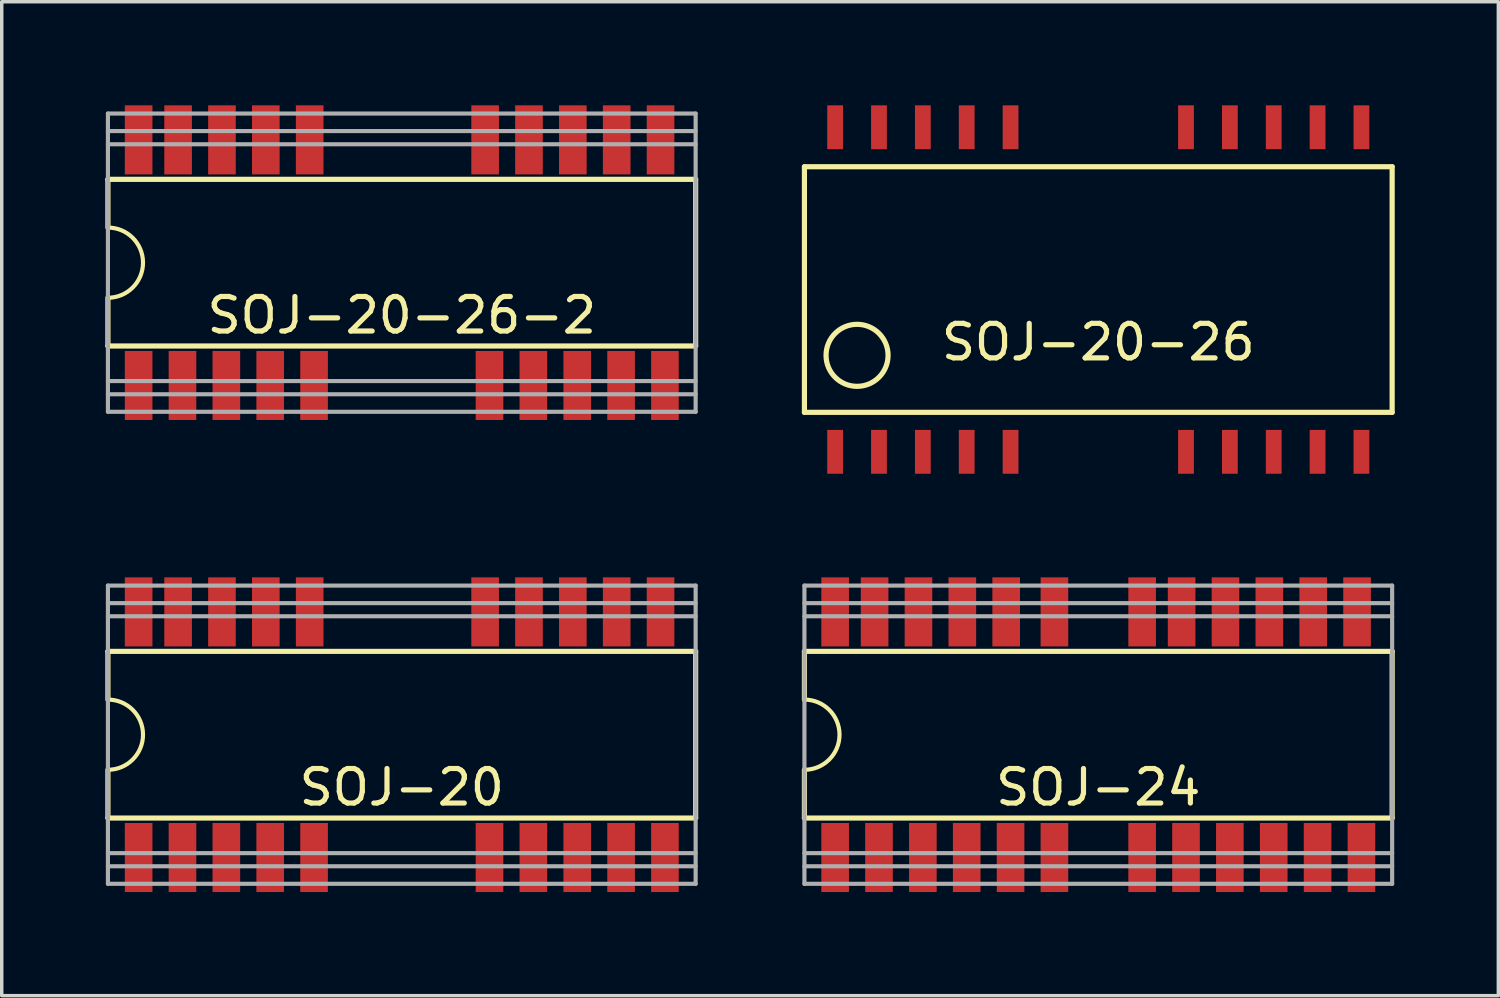
<source format=kicad_pcb>
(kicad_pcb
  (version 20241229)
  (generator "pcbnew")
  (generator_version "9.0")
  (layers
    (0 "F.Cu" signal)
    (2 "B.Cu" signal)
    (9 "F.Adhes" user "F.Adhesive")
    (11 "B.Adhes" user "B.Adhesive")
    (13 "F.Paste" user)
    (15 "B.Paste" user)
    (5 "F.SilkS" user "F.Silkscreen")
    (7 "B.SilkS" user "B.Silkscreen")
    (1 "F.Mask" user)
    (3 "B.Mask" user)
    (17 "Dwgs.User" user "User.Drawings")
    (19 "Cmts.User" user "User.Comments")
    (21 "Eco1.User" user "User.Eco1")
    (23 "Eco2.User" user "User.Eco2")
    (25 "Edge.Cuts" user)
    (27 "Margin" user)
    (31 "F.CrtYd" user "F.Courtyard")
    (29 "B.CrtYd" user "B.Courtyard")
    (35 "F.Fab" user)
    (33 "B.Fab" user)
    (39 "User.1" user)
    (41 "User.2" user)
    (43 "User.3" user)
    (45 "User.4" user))
  (footprint "SOJ-20-26"
    (layer "F.Cu")
    (at 28.752 5.334)
    (property "Reference" "SOJ-20-26" (at 0 1.524 0) (layer "F.SilkS") (effects (font (size 1 1) (thickness 0.15))))
    (attr smd)
    (fp_line (start -8.509 -3.556) (end 8.509 -3.556) (stroke (width 0.15) (type solid)) (layer "F.SilkS"))
    (fp_line (start -8.509 3.556) (end -8.509 -3.556) (stroke (width 0.15) (type solid)) (layer "F.SilkS"))
    (fp_line (start 8.509 -3.556) (end 8.509 3.556) (stroke (width 0.15) (type solid)) (layer "F.SilkS"))
    (fp_line (start 8.509 3.556) (end -8.509 3.556) (stroke (width 0.15) (type solid)) (layer "F.SilkS"))
    (fp_circle (center -6.985 1.905) (end -7.62 1.27) (stroke (width 0.15) (type solid)) (fill no) (layer "F.SilkS"))
    (pad "1" smd rect (at -7.62 4.699) (size 0.457 1.27) (layers "F.Cu" "F.Mask" "F.Paste"))
    (pad "2" smd rect (at -6.35 4.699) (size 0.457 1.27) (layers "F.Cu" "F.Mask" "F.Paste"))
    (pad "3" smd rect (at -5.08 4.699) (size 0.457 1.27) (layers "F.Cu" "F.Mask" "F.Paste"))
    (pad "4" smd rect (at -3.81 4.699) (size 0.457 1.27) (layers "F.Cu" "F.Mask" "F.Paste"))
    (pad "5" smd rect (at -2.54 4.699) (size 0.457 1.27) (layers "F.Cu" "F.Mask" "F.Paste"))
    (pad "6" smd rect (at 2.54 4.699) (size 0.457 1.27) (layers "F.Cu" "F.Mask" "F.Paste"))
    (pad "7" smd rect (at 3.81 4.699) (size 0.457 1.27) (layers "F.Cu" "F.Mask" "F.Paste"))
    (pad "8" smd rect (at 5.08 4.699) (size 0.457 1.27) (layers "F.Cu" "F.Mask" "F.Paste"))
    (pad "9" smd rect (at 6.35 4.699) (size 0.457 1.27) (layers "F.Cu" "F.Mask" "F.Paste"))
    (pad "10" smd rect (at 7.62 4.699) (size 0.457 1.27) (layers "F.Cu" "F.Mask" "F.Paste"))
    (pad "11" smd rect (at 7.62 -4.699) (size 0.457 1.27) (layers "F.Cu" "F.Mask" "F.Paste"))
    (pad "12" smd rect (at 6.35 -4.699) (size 0.457 1.27) (layers "F.Cu" "F.Mask" "F.Paste"))
    (pad "13" smd rect (at 5.08 -4.699) (size 0.457 1.27) (layers "F.Cu" "F.Mask" "F.Paste"))
    (pad "14" smd rect (at 3.81 -4.699) (size 0.457 1.27) (layers "F.Cu" "F.Mask" "F.Paste"))
    (pad "15" smd rect (at 2.54 -4.699) (size 0.457 1.27) (layers "F.Cu" "F.Mask" "F.Paste"))
    (pad "16" smd rect (at -2.54 -4.699) (size 0.457 1.27) (layers "F.Cu" "F.Mask" "F.Paste"))
    (pad "17" smd rect (at -3.81 -4.699) (size 0.457 1.27) (layers "F.Cu" "F.Mask" "F.Paste"))
    (pad "18" smd rect (at -5.08 -4.699) (size 0.457 1.27) (layers "F.Cu" "F.Mask" "F.Paste"))
    (pad "19" smd rect (at -6.35 -4.699) (size 0.457 1.27) (layers "F.Cu" "F.Mask" "F.Paste"))
    (pad "20" smd rect (at -7.62 -4.699) (size 0.457 1.27) (layers "F.Cu" "F.Mask" "F.Paste")))
  (footprint "SOJ-20"
    (layer "F.Cu")
    (at 8.584 18.224)
    (property "Reference" "SOJ-20" (at 0 1.524 0) (layer "F.SilkS") (effects (font (size 1 1) (thickness 0.15))))
    (attr smd)
    (fp_line (start -8.509 -2.413) (end 8.509 -2.413) (stroke (width 0.15) (type solid)) (layer "F.SilkS"))
    (fp_line (start -8.509 -1.016) (end -8.509 -2.413) (stroke (width 0.15) (type solid)) (layer "F.SilkS"))
    (fp_line (start -8.509 2.413) (end -8.509 1.016) (stroke (width 0.15) (type solid)) (layer "F.SilkS"))
    (fp_line (start 8.509 -2.413) (end 8.509 2.413) (stroke (width 0.15) (type solid)) (layer "F.SilkS"))
    (fp_line (start 8.509 2.413) (end -8.509 2.413) (stroke (width 0.15) (type solid)) (layer "F.SilkS"))
    (fp_arc (start -8.509 -1.016) (mid -7.493 0) (end -8.509 1.016) (stroke (width 0.12) (type solid)) (layer "F.SilkS"))
    (fp_line (start -8.509 -3.429) (end 8.509 -3.429) (stroke (width 0.12) (type solid)) (layer "F.Fab"))
    (fp_line (start -8.509 3.429) (end 8.509 3.429) (stroke (width 0.12) (type solid)) (layer "F.Fab"))
    (fp_line (start -8.509 4.318) (end -8.509 -4.318) (stroke (width 0.12) (type solid)) (layer "F.Fab"))
    (fp_line (start 8.509 -4.318) (end -8.509 -4.318) (stroke (width 0.12) (type solid)) (layer "F.Fab"))
    (fp_line (start 8.509 -3.81) (end -8.509 -3.81) (stroke (width 0.12) (type solid)) (layer "F.Fab"))
    (fp_line (start 8.509 3.81) (end -8.509 3.81) (stroke (width 0.12) (type solid)) (layer "F.Fab"))
    (fp_line (start 8.509 4.318) (end -8.509 4.318) (stroke (width 0.12) (type solid)) (layer "F.Fab"))
    (fp_line (start 8.509 4.318) (end 8.509 -4.318) (stroke (width 0.12) (type solid)) (layer "F.Fab"))
    (pad "1" smd rect (at -7.62 3.556) (size 0.8 2) (layers "F.Cu" "F.Mask" "F.Paste"))
    (pad "2" smd rect (at -6.35 3.556) (size 0.8 2) (layers "F.Cu" "F.Mask" "F.Paste"))
    (pad "3" smd rect (at -5.08 3.556) (size 0.8 2) (layers "F.Cu" "F.Mask" "F.Paste"))
    (pad "4" smd rect (at -3.81 3.556) (size 0.8 2) (layers "F.Cu" "F.Mask" "F.Paste"))
    (pad "5" smd rect (at -2.54 3.556) (size 0.8 2) (layers "F.Cu" "F.Mask" "F.Paste"))
    (pad "9" smd rect (at 2.54 3.556) (size 0.8 2) (layers "F.Cu" "F.Mask" "F.Paste"))
    (pad "10" smd rect (at 3.81 3.556) (size 0.8 2) (layers "F.Cu" "F.Mask" "F.Paste"))
    (pad "11" smd rect (at 5.08 3.556) (size 0.8 2) (layers "F.Cu" "F.Mask" "F.Paste"))
    (pad "12" smd rect (at 6.35 3.556) (size 0.8 2) (layers "F.Cu" "F.Mask" "F.Paste"))
    (pad "13" smd rect (at 7.62 3.556) (size 0.8 2) (layers "F.Cu" "F.Mask" "F.Paste"))
    (pad "14" smd rect (at 7.493 -3.556) (size 0.8 2) (layers "F.Cu" "F.Mask" "F.Paste"))
    (pad "15" smd rect (at 6.223 -3.556) (size 0.8 2) (layers "F.Cu" "F.Mask" "F.Paste"))
    (pad "16" smd rect (at 4.953 -3.556) (size 0.8 2) (layers "F.Cu" "F.Mask" "F.Paste"))
    (pad "17" smd rect (at 3.683 -3.556) (size 0.8 2) (layers "F.Cu" "F.Mask" "F.Paste"))
    (pad "18" smd rect (at 2.413 -3.556) (size 0.8 2) (layers "F.Cu" "F.Mask" "F.Paste"))
    (pad "22" smd rect (at -2.667 -3.556) (size 0.8 2) (layers "F.Cu" "F.Mask" "F.Paste"))
    (pad "23" smd rect (at -3.937 -3.556) (size 0.8 2) (layers "F.Cu" "F.Mask" "F.Paste"))
    (pad "24" smd rect (at -5.207 -3.556) (size 0.8 2) (layers "F.Cu" "F.Mask" "F.Paste"))
    (pad "25" smd rect (at -6.477 -3.556) (size 0.8 2) (layers "F.Cu" "F.Mask" "F.Paste"))
    (pad "26" smd rect (at -7.62 -3.556) (size 0.8 2) (layers "F.Cu" "F.Mask" "F.Paste")))
  (footprint "SOJ-20-26-2"
    (layer "F.Cu")
    (at 8.584 4.556)
    (property "Reference" "SOJ-20-26-2" (at 0 1.524 0) (layer "F.SilkS") (effects (font (size 1 1) (thickness 0.15))))
    (attr smd)
    (fp_line (start -8.509 -2.413) (end 8.509 -2.413) (stroke (width 0.15) (type solid)) (layer "F.SilkS"))
    (fp_line (start -8.509 -1.016) (end -8.509 -2.413) (stroke (width 0.15) (type solid)) (layer "F.SilkS"))
    (fp_line (start -8.509 2.413) (end -8.509 1.016) (stroke (width 0.15) (type solid)) (layer "F.SilkS"))
    (fp_line (start 8.509 -2.413) (end 8.509 2.413) (stroke (width 0.15) (type solid)) (layer "F.SilkS"))
    (fp_line (start 8.509 2.413) (end -8.509 2.413) (stroke (width 0.15) (type solid)) (layer "F.SilkS"))
    (fp_arc (start -8.509 -1.016) (mid -7.493 0) (end -8.509 1.016) (stroke (width 0.12) (type solid)) (layer "F.SilkS"))
    (fp_line (start -8.509 -3.429) (end 8.509 -3.429) (stroke (width 0.12) (type solid)) (layer "F.Fab"))
    (fp_line (start -8.509 3.429) (end 8.509 3.429) (stroke (width 0.12) (type solid)) (layer "F.Fab"))
    (fp_line (start -8.509 4.318) (end -8.509 -4.318) (stroke (width 0.12) (type solid)) (layer "F.Fab"))
    (fp_line (start 8.509 -4.318) (end -8.509 -4.318) (stroke (width 0.12) (type solid)) (layer "F.Fab"))
    (fp_line (start 8.509 -3.81) (end -8.509 -3.81) (stroke (width 0.12) (type solid)) (layer "F.Fab"))
    (fp_line (start 8.509 3.81) (end -8.509 3.81) (stroke (width 0.12) (type solid)) (layer "F.Fab"))
    (fp_line (start 8.509 4.318) (end -8.509 4.318) (stroke (width 0.12) (type solid)) (layer "F.Fab"))
    (fp_line (start 8.509 4.318) (end 8.509 -4.318) (stroke (width 0.12) (type solid)) (layer "F.Fab"))
    (pad "1" smd rect (at -7.62 3.556) (size 0.8 2) (layers "F.Cu" "F.Mask" "F.Paste"))
    (pad "2" smd rect (at -6.35 3.556) (size 0.8 2) (layers "F.Cu" "F.Mask" "F.Paste"))
    (pad "3" smd rect (at -5.08 3.556) (size 0.8 2) (layers "F.Cu" "F.Mask" "F.Paste"))
    (pad "4" smd rect (at -3.81 3.556) (size 0.8 2) (layers "F.Cu" "F.Mask" "F.Paste"))
    (pad "5" smd rect (at -2.54 3.556) (size 0.8 2) (layers "F.Cu" "F.Mask" "F.Paste"))
    (pad "6" smd rect (at 2.54 3.556) (size 0.8 2) (layers "F.Cu" "F.Mask" "F.Paste"))
    (pad "7" smd rect (at 3.81 3.556) (size 0.8 2) (layers "F.Cu" "F.Mask" "F.Paste"))
    (pad "8" smd rect (at 5.08 3.556) (size 0.8 2) (layers "F.Cu" "F.Mask" "F.Paste"))
    (pad "9" smd rect (at 6.35 3.556) (size 0.8 2) (layers "F.Cu" "F.Mask" "F.Paste"))
    (pad "10" smd rect (at 7.62 3.556) (size 0.8 2) (layers "F.Cu" "F.Mask" "F.Paste"))
    (pad "11" smd rect (at 7.493 -3.556) (size 0.8 2) (layers "F.Cu" "F.Mask" "F.Paste"))
    (pad "12" smd rect (at 6.223 -3.556) (size 0.8 2) (layers "F.Cu" "F.Mask" "F.Paste"))
    (pad "13" smd rect (at 4.953 -3.556) (size 0.8 2) (layers "F.Cu" "F.Mask" "F.Paste"))
    (pad "14" smd rect (at 3.683 -3.556) (size 0.8 2) (layers "F.Cu" "F.Mask" "F.Paste"))
    (pad "15" smd rect (at 2.413 -3.556) (size 0.8 2) (layers "F.Cu" "F.Mask" "F.Paste"))
    (pad "16" smd rect (at -2.667 -3.556) (size 0.8 2) (layers "F.Cu" "F.Mask" "F.Paste"))
    (pad "17" smd rect (at -3.937 -3.556) (size 0.8 2) (layers "F.Cu" "F.Mask" "F.Paste"))
    (pad "18" smd rect (at -5.207 -3.556) (size 0.8 2) (layers "F.Cu" "F.Mask" "F.Paste"))
    (pad "19" smd rect (at -6.477 -3.556) (size 0.8 2) (layers "F.Cu" "F.Mask" "F.Paste"))
    (pad "20" smd rect (at -7.62 -3.556) (size 0.8 2) (layers "F.Cu" "F.Mask" "F.Paste")))
  (footprint "SOJ-24"
    (layer "F.Cu")
    (at 28.752 18.224)
    (property "Reference" "SOJ-24" (at 0 1.524 0) (layer "F.SilkS") (effects (font (size 1 1) (thickness 0.15))))
    (attr smd)
    (fp_line (start -8.509 -2.413) (end 8.509 -2.413) (stroke (width 0.15) (type solid)) (layer "F.SilkS"))
    (fp_line (start -8.509 -1.016) (end -8.509 -2.413) (stroke (width 0.15) (type solid)) (layer "F.SilkS"))
    (fp_line (start -8.509 2.413) (end -8.509 1.016) (stroke (width 0.15) (type solid)) (layer "F.SilkS"))
    (fp_line (start 8.509 -2.413) (end 8.509 2.413) (stroke (width 0.15) (type solid)) (layer "F.SilkS"))
    (fp_line (start 8.509 2.413) (end -8.509 2.413) (stroke (width 0.15) (type solid)) (layer "F.SilkS"))
    (fp_arc (start -8.509 -1.016) (mid -7.493 0) (end -8.509 1.016) (stroke (width 0.12) (type solid)) (layer "F.SilkS"))
    (fp_line (start -8.509 -3.429) (end 8.509 -3.429) (stroke (width 0.12) (type solid)) (layer "F.Fab"))
    (fp_line (start -8.509 3.429) (end 8.509 3.429) (stroke (width 0.12) (type solid)) (layer "F.Fab"))
    (fp_line (start -8.509 4.318) (end -8.509 -4.318) (stroke (width 0.12) (type solid)) (layer "F.Fab"))
    (fp_line (start 8.509 -4.318) (end -8.509 -4.318) (stroke (width 0.12) (type solid)) (layer "F.Fab"))
    (fp_line (start 8.509 -3.81) (end -8.509 -3.81) (stroke (width 0.12) (type solid)) (layer "F.Fab"))
    (fp_line (start 8.509 3.81) (end -8.509 3.81) (stroke (width 0.12) (type solid)) (layer "F.Fab"))
    (fp_line (start 8.509 4.318) (end -8.509 4.318) (stroke (width 0.12) (type solid)) (layer "F.Fab"))
    (fp_line (start 8.509 4.318) (end 8.509 -4.318) (stroke (width 0.12) (type solid)) (layer "F.Fab"))
    (pad "1" smd rect (at -7.62 3.556) (size 0.8 2) (layers "F.Cu" "F.Mask" "F.Paste"))
    (pad "2" smd rect (at -6.35 3.556) (size 0.8 2) (layers "F.Cu" "F.Mask" "F.Paste"))
    (pad "3" smd rect (at -5.08 3.556) (size 0.8 2) (layers "F.Cu" "F.Mask" "F.Paste"))
    (pad "4" smd rect (at -3.81 3.556) (size 0.8 2) (layers "F.Cu" "F.Mask" "F.Paste"))
    (pad "5" smd rect (at -2.54 3.556) (size 0.8 2) (layers "F.Cu" "F.Mask" "F.Paste"))
    (pad "6" smd rect (at -1.27 3.556) (size 0.8 2) (layers "F.Cu" "F.Mask" "F.Paste"))
    (pad "8" smd rect (at 1.27 3.556) (size 0.8 2) (layers "F.Cu" "F.Mask" "F.Paste"))
    (pad "9" smd rect (at 2.54 3.556) (size 0.8 2) (layers "F.Cu" "F.Mask" "F.Paste"))
    (pad "10" smd rect (at 3.81 3.556) (size 0.8 2) (layers "F.Cu" "F.Mask" "F.Paste"))
    (pad "11" smd rect (at 5.08 3.556) (size 0.8 2) (layers "F.Cu" "F.Mask" "F.Paste"))
    (pad "12" smd rect (at 6.35 3.556) (size 0.8 2) (layers "F.Cu" "F.Mask" "F.Paste"))
    (pad "13" smd rect (at 7.62 3.556) (size 0.8 2) (layers "F.Cu" "F.Mask" "F.Paste"))
    (pad "14" smd rect (at 7.493 -3.556) (size 0.8 2) (layers "F.Cu" "F.Mask" "F.Paste"))
    (pad "15" smd rect (at 6.223 -3.556) (size 0.8 2) (layers "F.Cu" "F.Mask" "F.Paste"))
    (pad "16" smd rect (at 4.953 -3.556) (size 0.8 2) (layers "F.Cu" "F.Mask" "F.Paste"))
    (pad "17" smd rect (at 3.683 -3.556) (size 0.8 2) (layers "F.Cu" "F.Mask" "F.Paste"))
    (pad "18" smd rect (at 2.413 -3.556) (size 0.8 2) (layers "F.Cu" "F.Mask" "F.Paste"))
    (pad "19" smd rect (at 1.27 -3.556) (size 0.8 2) (layers "F.Cu" "F.Mask" "F.Paste"))
    (pad "21" smd rect (at -1.27 -3.556) (size 0.8 2) (layers "F.Cu" "F.Mask" "F.Paste"))
    (pad "22" smd rect (at -2.667 -3.556) (size 0.8 2) (layers "F.Cu" "F.Mask" "F.Paste"))
    (pad "23" smd rect (at -3.937 -3.556) (size 0.8 2) (layers "F.Cu" "F.Mask" "F.Paste"))
    (pad "24" smd rect (at -5.207 -3.556) (size 0.8 2) (layers "F.Cu" "F.Mask" "F.Paste"))
    (pad "25" smd rect (at -6.477 -3.556) (size 0.8 2) (layers "F.Cu" "F.Mask" "F.Paste"))
    (pad "26" smd rect (at -7.62 -3.556) (size 0.8 2) (layers "F.Cu" "F.Mask" "F.Paste")))
  (gr_rect
    (start -3 -3)
    (end 40.336 25.78)
    (stroke (width 0.1) (type default))
    (fill no)
    (layer "Edge.Cuts")))
</source>
